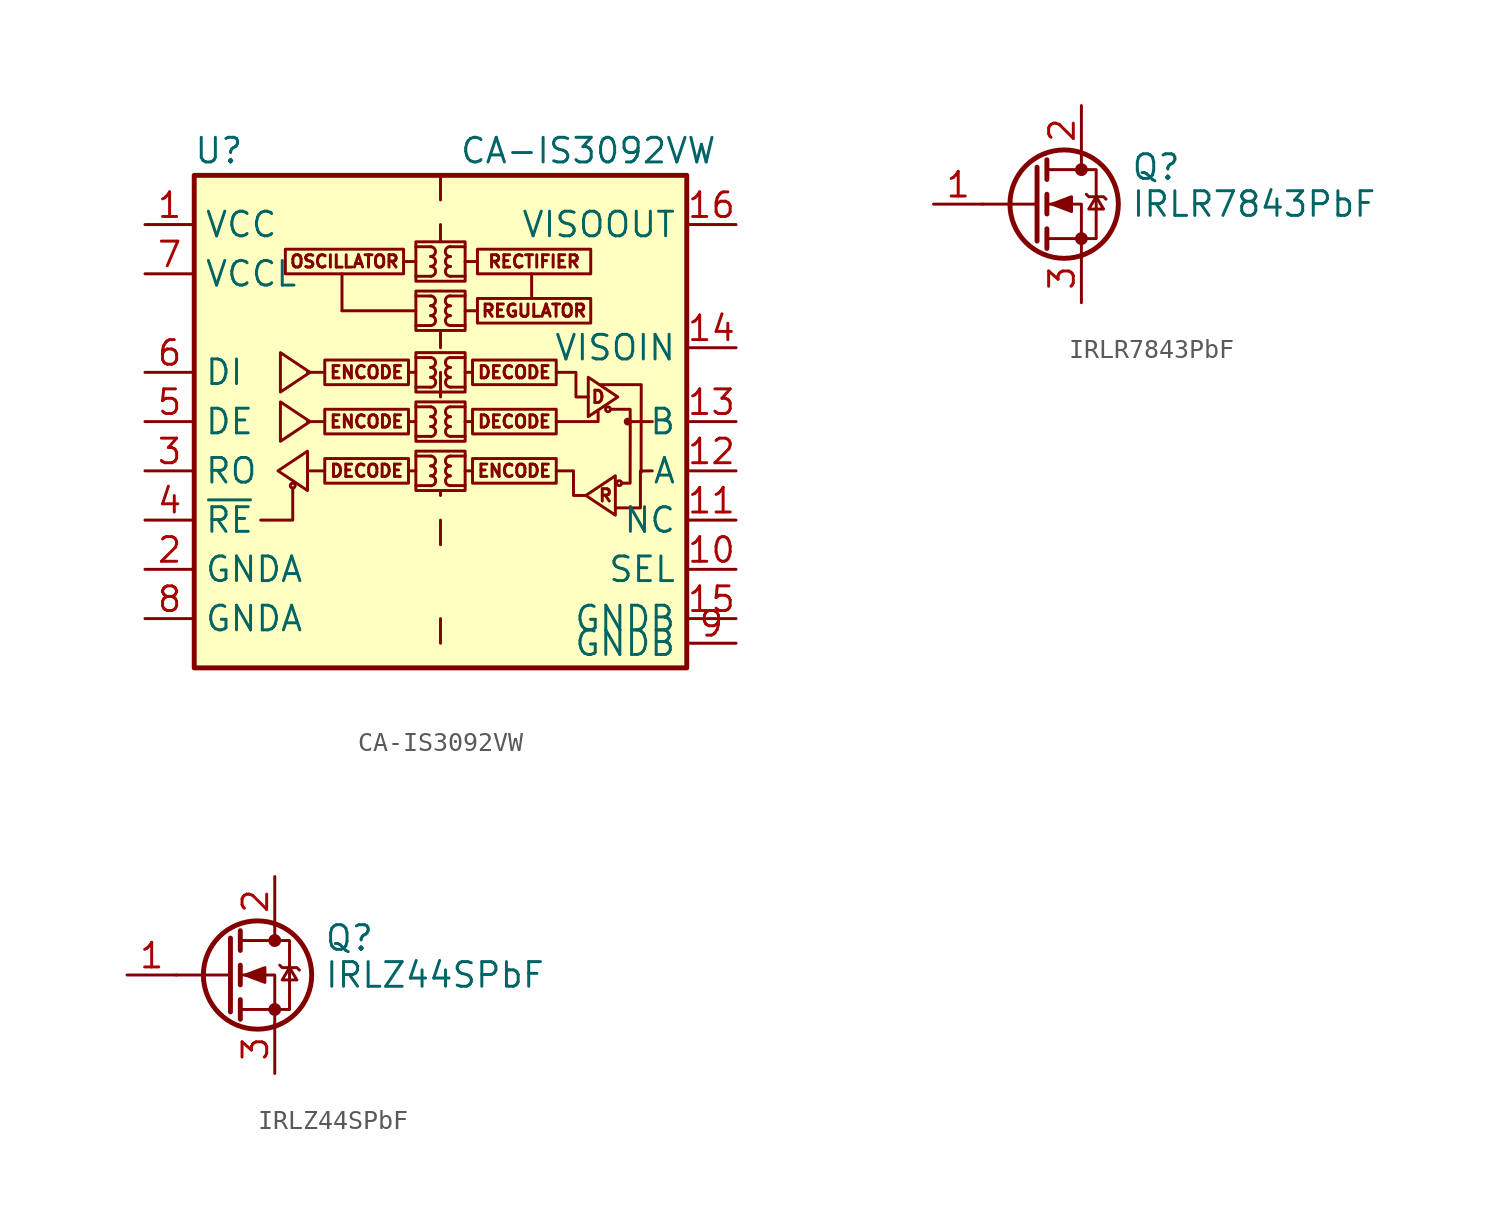
<source format=kicad_sym>
(kicad_symbol_lib
  (version 20231120)
  (generator "kicad_symbol_editor")
  (generator_version "8.0")
  (symbol "CA-IS3092VW"
    (property "Reference" "U"
      (at -11.43 13.97 0)
      (effects (font (size 1.27 1.27))))
    (property "Value" "CA-IS3092VW"
      (at 7.62 13.97 0)
      (effects (font (size 1.27 1.27))))
    (symbol "CA-IS3092VW_0_0"
      (text "D" (at 8.128 1.27 0) (effects (font (size 0.635 0.635))))
      (text "R" (at 8.509 -3.81 0) (effects (font (size 0.635 0.635)))))
    (symbol "CA-IS3092VW_0_1"
      (circle (center -7.62 -3.302) (radius 0.127) (stroke (width 0) (type default)) (fill (type none)))
      (polyline (pts (xy -9.271 -5.08) (xy -7.62 -5.08) (xy -7.62 -3.429)) (stroke (width 0) (type default)) (fill (type none)))
      (polyline (pts (xy 5.969 0) (xy 8.128 0) (xy 8.128 0.508)) (stroke (width 0) (type default)) (fill (type none)))
      (polyline (pts (xy 9.787 -0.036) (xy 9.779 0.635) (xy 8.763 0.635)) (stroke (width 0) (type default)) (fill (type none)))
      (polyline (pts (xy 10.345 -2.636) (xy 10.351 1.904) (xy 8.255 1.905)) (stroke (width 0) (type default)) (fill (type none)))
      (polyline (pts (xy 7.493 -3.81) (xy 6.858 -3.81) (xy 6.858 -2.54) (xy 5.969 -2.54)) (stroke (width 0) (type default)) (fill (type none)))
      (polyline (pts (xy 7.62 1.27) (xy 6.985 1.27) (xy 6.985 2.54) (xy 5.969 2.54)) (stroke (width 0) (type default)) (fill (type none)))
      (polyline (pts (xy 9.08 -4.449) (xy 10.31 -4.451) (xy 10.31 -2.548) (xy 10.922 -2.54)) (stroke (width 0) (type default)) (fill (type none)))
      (polyline (pts (xy 9.398 -3.175) (xy 9.779 -3.175) (xy 9.787 -0.001) (xy 10.922 0)) (stroke (width 0) (type default)) (fill (type none))))
    (symbol "CA-IS3092VW_1_0"
      (rectangle (start -1.27 -1.524) (end 1.27 -3.556) (stroke (width 0) (type default)) (fill (type none)))
      (rectangle (start -1.27 1.016) (end 1.27 -1.016) (stroke (width 0) (type default)) (fill (type none)))
      (rectangle (start -1.27 3.556) (end 1.27 1.524) (stroke (width 0) (type default)) (fill (type none)))
      (rectangle (start -1.27 6.731) (end 1.27 4.699) (stroke (width 0) (type default)) (fill (type none)))
      (rectangle (start -1.27 9.271) (end 1.27 7.239) (stroke (width 0) (type default)) (fill (type none)))
      (arc (start -0.508 -3.302) (mid -0.2551 -3.048) (end -0.508 -2.794) (stroke (width 0) (type default)) (fill (type none)))
      (arc (start -0.508 -2.794) (mid -0.2551 -2.54) (end -0.508 -2.286) (stroke (width 0) (type default)) (fill (type none)))
      (arc (start -0.508 -2.286) (mid -0.2551 -2.032) (end -0.508 -1.778) (stroke (width 0) (type default)) (fill (type none)))
      (arc (start -0.508 -0.762) (mid -0.2551 -0.508) (end -0.508 -0.254) (stroke (width 0) (type default)) (fill (type none)))
      (arc (start -0.508 -0.254) (mid -0.2551 0) (end -0.508 0.254) (stroke (width 0) (type default)) (fill (type none)))
      (arc (start -0.508 0.254) (mid -0.2551 0.508) (end -0.508 0.762) (stroke (width 0) (type default)) (fill (type none)))
      (arc (start -0.508 1.778) (mid -0.2551 2.032) (end -0.508 2.286) (stroke (width 0) (type default)) (fill (type none)))
      (arc (start -0.508 2.286) (mid -0.2551 2.54) (end -0.508 2.794) (stroke (width 0) (type default)) (fill (type none)))
      (arc (start -0.508 2.794) (mid -0.2551 3.048) (end -0.508 3.302) (stroke (width 0) (type default)) (fill (type none)))
      (arc (start -0.508 4.953) (mid -0.2551 5.207) (end -0.508 5.461) (stroke (width 0) (type default)) (fill (type none)))
      (arc (start -0.508 5.461) (mid -0.2551 5.715) (end -0.508 5.969) (stroke (width 0) (type default)) (fill (type none)))
      (arc (start -0.508 5.969) (mid -0.2551 6.223) (end -0.508 6.477) (stroke (width 0) (type default)) (fill (type none)))
      (arc (start -0.508 7.493) (mid -0.2551 7.747) (end -0.508 8.001) (stroke (width 0) (type default)) (fill (type none)))
      (arc (start -0.508 8.001) (mid -0.2551 8.255) (end -0.508 8.509) (stroke (width 0) (type default)) (fill (type none)))
      (arc (start -0.508 8.509) (mid -0.2551 8.763) (end -0.508 9.017) (stroke (width 0) (type default)) (fill (type none)))
      (polyline (pts (xy -5.969 -2.54) (xy -6.858 -2.54)) (stroke (width 0) (type default)) (fill (type none)))
      (polyline (pts (xy -5.969 0) (xy -6.858 0)) (stroke (width 0) (type default)) (fill (type none)))
      (polyline (pts (xy -5.969 2.54) (xy -6.858 2.54)) (stroke (width 0) (type default)) (fill (type none)))
      (polyline (pts (xy -5.08 5.715) (xy -5.08 7.62)) (stroke (width 0) (type default)) (fill (type none)))
      (polyline (pts (xy -5.08 5.715) (xy -1.27 5.715)) (stroke (width 0) (type default)) (fill (type none)))
      (polyline (pts (xy -1.905 8.255) (xy -1.27 8.255)) (stroke (width 0) (type default)) (fill (type none)))
      (polyline (pts (xy -1.651 -2.54) (xy -1.27 -2.54)) (stroke (width 0) (type default)) (fill (type none)))
      (polyline (pts (xy -1.651 0) (xy -1.27 0)) (stroke (width 0) (type default)) (fill (type none)))
      (polyline (pts (xy -1.651 2.54) (xy -1.27 2.54)) (stroke (width 0) (type default)) (fill (type none)))
      (polyline (pts (xy -1.27 -3.302) (xy -0.508 -3.302)) (stroke (width 0) (type default)) (fill (type none)))
      (polyline (pts (xy -1.27 -1.778) (xy -0.508 -1.778)) (stroke (width 0) (type default)) (fill (type none)))
      (polyline (pts (xy -1.27 -0.762) (xy -0.508 -0.762)) (stroke (width 0) (type default)) (fill (type none)))
      (polyline (pts (xy -1.27 0.762) (xy -0.508 0.762)) (stroke (width 0) (type default)) (fill (type none)))
      (polyline (pts (xy -1.27 1.778) (xy -0.508 1.778)) (stroke (width 0) (type default)) (fill (type none)))
      (polyline (pts (xy -1.27 3.302) (xy -0.508 3.302)) (stroke (width 0) (type default)) (fill (type none)))
      (polyline (pts (xy -1.27 4.953) (xy -0.508 4.953)) (stroke (width 0) (type default)) (fill (type none)))
      (polyline (pts (xy -1.27 6.477) (xy -0.508 6.477)) (stroke (width 0) (type default)) (fill (type none)))
      (polyline (pts (xy -1.27 7.493) (xy -0.508 7.493)) (stroke (width 0) (type default)) (fill (type none)))
      (polyline (pts (xy -1.27 9.017) (xy -0.508 9.017)) (stroke (width 0) (type default)) (fill (type none)))
      (polyline (pts (xy 0 -11.43) (xy 0 -10.16)) (stroke (width 0) (type default)) (fill (type none)))
      (polyline (pts (xy 0 -6.35) (xy 0 -5.08)) (stroke (width 0) (type default)) (fill (type none)))
      (polyline (pts (xy 0 -3.81) (xy 0 -3.556)) (stroke (width 0) (type default)) (fill (type none)))
      (polyline (pts (xy 0 1.27) (xy 0 2.54)) (stroke (width 0) (type default)) (fill (type none)))
      (polyline (pts (xy 0 3.81) (xy 0 4.699)) (stroke (width 0) (type default)) (fill (type none)))
      (polyline (pts (xy 0 9.271) (xy 0 10.16)) (stroke (width 0) (type default)) (fill (type none)))
      (polyline (pts (xy 0 12.7) (xy 0 11.43)) (stroke (width 0) (type default)) (fill (type none)))
      (polyline (pts (xy 1.27 -3.302) (xy 0.508 -3.302)) (stroke (width 0) (type default)) (fill (type none)))
      (polyline (pts (xy 1.27 -1.778) (xy 0.508 -1.778)) (stroke (width 0) (type default)) (fill (type none)))
      (polyline (pts (xy 1.27 -0.762) (xy 0.508 -0.762)) (stroke (width 0) (type default)) (fill (type none)))
      (polyline (pts (xy 1.27 0.762) (xy 0.508 0.762)) (stroke (width 0) (type default)) (fill (type none)))
      (polyline (pts (xy 1.27 1.778) (xy 0.508 1.778)) (stroke (width 0) (type default)) (fill (type none)))
      (polyline (pts (xy 1.27 3.302) (xy 0.508 3.302)) (stroke (width 0) (type default)) (fill (type none)))
      (polyline (pts (xy 1.27 4.953) (xy 0.508 4.953)) (stroke (width 0) (type default)) (fill (type none)))
      (polyline (pts (xy 1.27 6.477) (xy 0.508 6.477)) (stroke (width 0) (type default)) (fill (type none)))
      (polyline (pts (xy 1.27 7.493) (xy 0.508 7.493)) (stroke (width 0) (type default)) (fill (type none)))
      (polyline (pts (xy 1.27 9.017) (xy 0.508 9.017)) (stroke (width 0) (type default)) (fill (type none)))
      (polyline (pts (xy 1.651 -2.54) (xy 1.27 -2.54)) (stroke (width 0) (type default)) (fill (type none)))
      (polyline (pts (xy 1.651 0) (xy 1.27 0)) (stroke (width 0) (type default)) (fill (type none)))
      (polyline (pts (xy 1.651 2.54) (xy 1.27 2.54)) (stroke (width 0) (type default)) (fill (type none)))
      (polyline (pts (xy 1.905 5.715) (xy 1.27 5.715)) (stroke (width 0) (type default)) (fill (type none)))
      (polyline (pts (xy 1.905 8.255) (xy 1.27 8.255)) (stroke (width 0) (type default)) (fill (type none)))
      (polyline (pts (xy 4.699 6.35) (xy 4.699 7.62)) (stroke (width 0) (type default)) (fill (type none)))
      (arc (start 0.508 -2.794) (mid 0.255 -3.048) (end 0.508 -3.302) (stroke (width 0) (type default)) (fill (type none)))
      (arc (start 0.508 -2.286) (mid 0.255 -2.54) (end 0.508 -2.794) (stroke (width 0) (type default)) (fill (type none)))
      (arc (start 0.508 -1.778) (mid 0.255 -2.032) (end 0.508 -2.286) (stroke (width 0) (type default)) (fill (type none)))
      (arc (start 0.508 -0.254) (mid 0.255 -0.508) (end 0.508 -0.762) (stroke (width 0) (type default)) (fill (type none)))
      (arc (start 0.508 0.254) (mid 0.255 0) (end 0.508 -0.254) (stroke (width 0) (type default)) (fill (type none)))
      (arc (start 0.508 0.762) (mid 0.255 0.508) (end 0.508 0.254) (stroke (width 0) (type default)) (fill (type none)))
      (arc (start 0.508 2.286) (mid 0.255 2.032) (end 0.508 1.778) (stroke (width 0) (type default)) (fill (type none)))
      (arc (start 0.508 2.794) (mid 0.255 2.54) (end 0.508 2.286) (stroke (width 0) (type default)) (fill (type none)))
      (arc (start 0.508 3.302) (mid 0.255 3.048) (end 0.508 2.794) (stroke (width 0) (type default)) (fill (type none)))
      (arc (start 0.508 5.461) (mid 0.2551 5.207) (end 0.508 4.953) (stroke (width 0) (type default)) (fill (type none)))
      (arc (start 0.508 5.969) (mid 0.2551 5.715) (end 0.508 5.461) (stroke (width 0) (type default)) (fill (type none)))
      (arc (start 0.508 6.477) (mid 0.2551 6.223) (end 0.508 5.969) (stroke (width 0) (type default)) (fill (type none)))
      (arc (start 0.508 8.001) (mid 0.2551 7.747) (end 0.508 7.493) (stroke (width 0) (type default)) (fill (type none)))
      (arc (start 0.508 8.509) (mid 0.2551 8.255) (end 0.508 8.001) (stroke (width 0) (type default)) (fill (type none)))
      (arc (start 0.508 9.017) (mid 0.2551 8.763) (end 0.508 8.509) (stroke (width 0) (type default)) (fill (type none)))
      (rectangle (start 1.651 -1.905) (end 5.969 -3.175) (stroke (width 0) (type default)) (fill (type none)))
      (rectangle (start 1.651 0.635) (end 5.969 -0.635) (stroke (width 0) (type default)) (fill (type none)))
      (rectangle (start 1.651 3.175) (end 5.969 1.905) (stroke (width 0) (type default)) (fill (type none)))
      (rectangle (start 1.905 6.35) (end 7.747 5.08) (stroke (width 0) (type default)) (fill (type none)))
      (rectangle (start 1.905 8.89) (end 7.747 7.62) (stroke (width 0) (type default)) (fill (type none)))
      (text "DECODE" (at -3.81 -2.54 0) (effects (font (size 0.635 0.635))))
      (text "DECODE" (at 3.81 0 0) (effects (font (size 0.635 0.635))))
      (text "DECODE" (at 3.81 2.54 0) (effects (font (size 0.635 0.635))))
      (text "ENCODE" (at -3.81 0 0) (effects (font (size 0.635 0.635))))
      (text "ENCODE" (at -3.81 2.54 0) (effects (font (size 0.635 0.635))))
      (text "ENCODE" (at 3.81 -2.54 0) (effects (font (size 0.635 0.635))))
      (text "OSCILLATOR" (at -4.953 8.255 0) (effects (font (size 0.635 0.635))))
      (text "RECTIFIER" (at 4.826 8.255 0) (effects (font (size 0.635 0.635))))
      (text "REGULATOR" (at 4.826 5.715 0) (effects (font (size 0.635 0.635)))))
    (symbol "CA-IS3092VW_1_1"
      (rectangle (start -12.7 12.7) (end 12.7 -12.7) (stroke (width 0.254) (type default)) (fill (type background)))
      (rectangle (start -1.905 8.89) (end -8.001 7.62) (stroke (width 0) (type default)) (fill (type none)))
      (rectangle (start -1.651 -1.905) (end -5.969 -3.175) (stroke (width 0) (type default)) (fill (type none)))
      (rectangle (start -1.651 0.635) (end -5.969 -0.635) (stroke (width 0) (type default)) (fill (type none)))
      (rectangle (start -1.651 3.175) (end -5.969 1.905) (stroke (width 0) (type default)) (fill (type none)))
      (polyline (pts (xy -8.382 -2.54) (xy -6.858 -1.524) (xy -6.858 -3.556) (xy -8.382 -2.54)) (stroke (width 0) (type default)) (fill (type none)))
      (polyline (pts (xy -6.731 0) (xy -8.255 1.016) (xy -8.255 -1.016) (xy -6.731 0)) (stroke (width 0) (type default)) (fill (type none)))
      (polyline (pts (xy -6.731 2.54) (xy -8.255 3.556) (xy -8.255 1.524) (xy -6.731 2.54)) (stroke (width 0) (type default)) (fill (type none)))
      (polyline (pts (xy 7.493 -3.81) (xy 9.017 -2.794) (xy 9.017 -4.826) (xy 7.493 -3.81)) (stroke (width 0) (type default)) (fill (type none)))
      (polyline (pts (xy 9.144 1.27) (xy 7.62 2.286) (xy 7.62 0.254) (xy 9.144 1.27)) (stroke (width 0) (type default)) (fill (type none)))
      (circle (center 8.636 0.635) (radius 0.127) (stroke (width 0) (type default)) (fill (type none)))
      (circle (center 9.214 -3.175) (radius 0.127) (stroke (width 0) (type default)) (fill (type none)))
      (circle (center 9.652 0) (radius 0.127) (stroke (width 0) (type default)) (fill (type outline)))
      (pin passive line (at -15.24 10.16 0) (length 2.54) (name "VCC" (effects (font (size 1.27 1.27)))) (number "1" (effects (font (size 1.27 1.27)))))
      (pin output line (at 15.24 -7.62 180) (length 2.54) (name "SEL" (effects (font (size 1.27 1.27)))) (number "10" (effects (font (size 1.27 1.27)))))
      (pin output line (at 15.24 -5.08 180) (length 2.54) (name "NC" (effects (font (size 1.27 1.27)))) (number "11" (effects (font (size 1.27 1.27)))))
      (pin input line (at 15.24 -2.54 180) (length 2.54) (name "A" (effects (font (size 1.27 1.27)))) (number "12" (effects (font (size 1.27 1.27)))))
      (pin input line (at 15.24 0 180) (length 2.54) (name "B" (effects (font (size 1.27 1.27)))) (number "13" (effects (font (size 1.27 1.27)))))
      (pin power_in line (at 15.24 3.81 180) (length 2.54) (name "VISOIN" (effects (font (size 1.27 1.27)))) (number "14" (effects (font (size 1.27 1.27)))))
      (pin passive line (at 15.24 -10.16 180) (length 2.54) (name "GNDB" (effects (font (size 1.27 1.27)))) (number "15" (effects (font (size 1.27 1.27)))))
      (pin power_in line (at 15.24 10.16 180) (length 2.54) (name "VISOOUT" (effects (font (size 1.27 1.27)))) (number "16" (effects (font (size 1.27 1.27)))))
      (pin power_in line (at -15.24 -7.62 0) (length 2.54) (name "GNDA" (effects (font (size 1.27 1.27)))) (number "2" (effects (font (size 1.27 1.27)))))
      (pin output line (at -15.24 -2.54 0) (length 2.54) (name "RO" (effects (font (size 1.27 1.27)))) (number "3" (effects (font (size 1.27 1.27)))))
      (pin input line (at -15.24 -5.08 0) (length 2.54) (name "~{RE}" (effects (font (size 1.27 1.27)))) (number "4" (effects (font (size 1.27 1.27)))))
      (pin input line (at -15.24 0 0) (length 2.54) (name "DE" (effects (font (size 1.27 1.27)))) (number "5" (effects (font (size 1.27 1.27)))))
      (pin input line (at -15.24 2.54 0) (length 2.54) (name "DI" (effects (font (size 1.27 1.27)))) (number "6" (effects (font (size 1.27 1.27)))))
      (pin power_in line (at -15.24 7.62 0) (length 2.54) (name "VCCL" (effects (font (size 1.27 1.27)))) (number "7" (effects (font (size 1.27 1.27)))))
      (pin passive line (at -15.24 -10.16 0) (length 2.54) (name "GNDA" (effects (font (size 1.27 1.27)))) (number "8" (effects (font (size 1.27 1.27)))))
      (pin power_in line (at 15.24 -11.43 180) (length 2.54) (name "GNDB" (effects (font (size 1.27 1.27)))) (number "9" (effects (font (size 1.27 1.27)))))))
  (symbol "IRLR7843PbF"
    (pin_names hide)
    (property "Reference" "Q"
      (at 5.08 1.905 0)
      (effects (font (size 1.27 1.27)) (justify left)))
    (property "Value" "IRLR7843PbF"
      (at 5.08 0 0)
      (effects (font (size 1.27 1.27)) (justify left)))
    (symbol "IRLR7843PbF_0_1"
      (polyline (pts (xy 0.254 0) (xy -2.54 0)) (stroke (width 0) (type default)) (fill (type none)))
      (polyline (pts (xy 0.254 1.905) (xy 0.254 -1.905)) (stroke (width 0.254) (type default)) (fill (type none)))
      (polyline (pts (xy 0.762 -1.27) (xy 0.762 -2.286)) (stroke (width 0.254) (type default)) (fill (type none)))
      (polyline (pts (xy 0.762 0.508) (xy 0.762 -0.508)) (stroke (width 0.254) (type default)) (fill (type none)))
      (polyline (pts (xy 0.762 2.286) (xy 0.762 1.27)) (stroke (width 0.254) (type default)) (fill (type none)))
      (polyline (pts (xy 2.54 2.54) (xy 2.54 1.778)) (stroke (width 0) (type default)) (fill (type none)))
      (polyline (pts (xy 2.54 -2.54) (xy 2.54 0) (xy 0.762 0)) (stroke (width 0) (type default)) (fill (type none)))
      (polyline (pts (xy 0.762 -1.778) (xy 3.302 -1.778) (xy 3.302 1.778) (xy 0.762 1.778)) (stroke (width 0) (type default)) (fill (type none)))
      (polyline (pts (xy 1.016 0) (xy 2.032 0.381) (xy 2.032 -0.381) (xy 1.016 0)) (stroke (width 0) (type default)) (fill (type outline)))
      (polyline (pts (xy 2.794 0.508) (xy 2.921 0.381) (xy 3.683 0.381) (xy 3.81 0.254)) (stroke (width 0) (type default)) (fill (type none)))
      (polyline (pts (xy 3.302 0.381) (xy 2.921 -0.254) (xy 3.683 -0.254) (xy 3.302 0.381)) (stroke (width 0) (type default)) (fill (type none)))
      (circle (center 1.651 0) (radius 2.794) (stroke (width 0.254) (type default)) (fill (type none)))
      (circle (center 2.54 -1.778) (radius 0.254) (stroke (width 0) (type default)) (fill (type outline)))
      (circle (center 2.54 1.778) (radius 0.254) (stroke (width 0) (type default)) (fill (type outline))))
    (symbol "IRLR7843PbF_1_1"
      (pin passive line (at -5.08 0 0) (length 2.54) (name "G" (effects (font (size 1.27 1.27)))) (number "1" (effects (font (size 1.27 1.27)))))
      (pin passive line (at 2.54 5.08 270) (length 2.54) (name "D" (effects (font (size 1.27 1.27)))) (number "2" (effects (font (size 1.27 1.27)))))
      (pin passive line (at 2.54 -5.08 90) (length 2.54) (name "S" (effects (font (size 1.27 1.27)))) (number "3" (effects (font (size 1.27 1.27)))))))
  (symbol "IRLZ44SPbF"
    (pin_names hide)
    (property "Reference" "Q"
      (at 5.08 1.905 0)
      (effects (font (size 1.27 1.27)) (justify left)))
    (property "Value" "IRLZ44SPbF"
      (at 5.08 0 0)
      (effects (font (size 1.27 1.27)) (justify left)))
    (symbol "IRLZ44SPbF_0_1"
      (polyline (pts (xy 0.254 0) (xy -2.54 0)) (stroke (width 0) (type default)) (fill (type none)))
      (polyline (pts (xy 0.254 1.905) (xy 0.254 -1.905)) (stroke (width 0.254) (type default)) (fill (type none)))
      (polyline (pts (xy 0.762 -1.27) (xy 0.762 -2.286)) (stroke (width 0.254) (type default)) (fill (type none)))
      (polyline (pts (xy 0.762 0.508) (xy 0.762 -0.508)) (stroke (width 0.254) (type default)) (fill (type none)))
      (polyline (pts (xy 0.762 2.286) (xy 0.762 1.27)) (stroke (width 0.254) (type default)) (fill (type none)))
      (polyline (pts (xy 2.54 2.54) (xy 2.54 1.778)) (stroke (width 0) (type default)) (fill (type none)))
      (polyline (pts (xy 2.54 -2.54) (xy 2.54 0) (xy 0.762 0)) (stroke (width 0) (type default)) (fill (type none)))
      (polyline (pts (xy 0.762 -1.778) (xy 3.302 -1.778) (xy 3.302 1.778) (xy 0.762 1.778)) (stroke (width 0) (type default)) (fill (type none)))
      (polyline (pts (xy 1.016 0) (xy 2.032 0.381) (xy 2.032 -0.381) (xy 1.016 0)) (stroke (width 0) (type default)) (fill (type outline)))
      (polyline (pts (xy 2.794 0.508) (xy 2.921 0.381) (xy 3.683 0.381) (xy 3.81 0.254)) (stroke (width 0) (type default)) (fill (type none)))
      (polyline (pts (xy 3.302 0.381) (xy 2.921 -0.254) (xy 3.683 -0.254) (xy 3.302 0.381)) (stroke (width 0) (type default)) (fill (type none)))
      (circle (center 1.651 0) (radius 2.794) (stroke (width 0.254) (type default)) (fill (type none)))
      (circle (center 2.54 -1.778) (radius 0.254) (stroke (width 0) (type default)) (fill (type outline)))
      (circle (center 2.54 1.778) (radius 0.254) (stroke (width 0) (type default)) (fill (type outline))))
    (symbol "IRLZ44SPbF_1_1"
      (pin passive line (at -5.08 0 0) (length 2.54) (name "G" (effects (font (size 1.27 1.27)))) (number "1" (effects (font (size 1.27 1.27)))))
      (pin passive line (at 2.54 5.08 270) (length 2.54) (name "D" (effects (font (size 1.27 1.27)))) (number "2" (effects (font (size 1.27 1.27)))))
      (pin passive line (at 2.54 -5.08 90) (length 2.54) (name "S" (effects (font (size 1.27 1.27)))) (number "3" (effects (font (size 1.27 1.27))))))))
</source>
